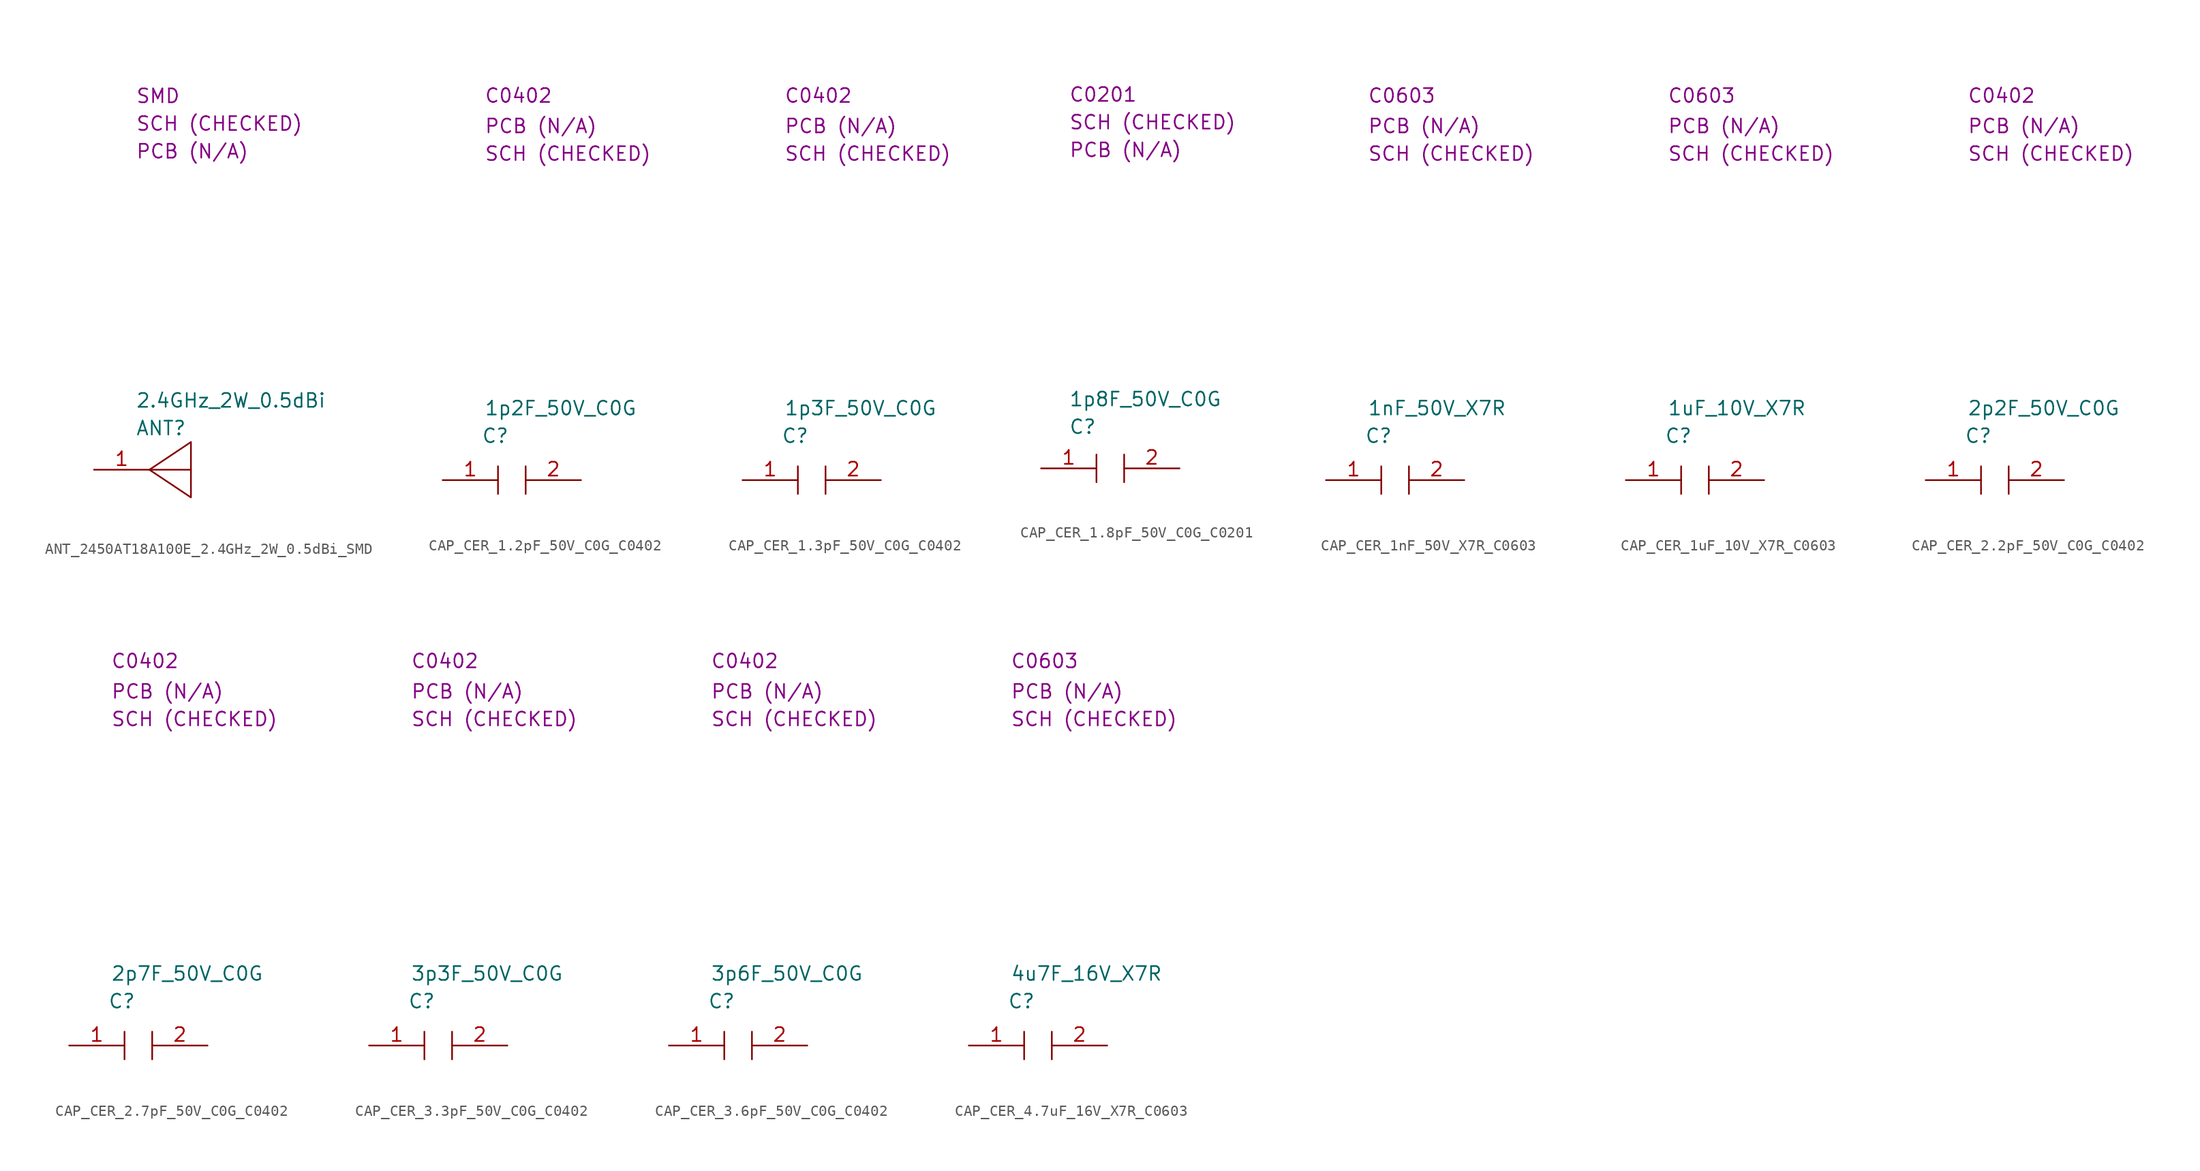
<source format=kicad_sym>
(kicad_symbol_lib
  (version 20231120)
  (generator "kicad_symbol_editor")
  (generator_version "8.0")
  (symbol "ANT_2450AT18A100E_2.4GHz_2W_0.5dBi_SMD"
    (property "Reference" "ANT"
      (at 3.81 3.81 0)
      (effects (font (size 1.27 1.27)) (justify left)))
    (property "Value" "2.4GHz_2W_0.5dBi"
      (at 3.81 6.35 0)
      (effects (font (size 1.27 1.27)) (justify left)))
    (property "SCH CHECK" "SCH (CHECKED)"
      (at 3.81 31.75 0)
      (effects (font (size 1.27 1.27)) (justify left)))
    (property "Package" "SMD"
      (at 3.81 34.29 0)
      (effects (font (size 1.27 1.27)) (justify left)))
    (property "PCB CHECk" "PCB (N/A)"
      (at 3.81 29.21 0)
      (effects (font (size 1.27 1.27)) (justify left)))
    (symbol "ANT_2450AT18A100E_2.4GHz_2W_0.5dBi_SMD_0_1"
      (polyline (pts (xy 5.08 0) (xy 8.89 0)) (stroke (width 0) (type default)) (fill (type none)))
      (polyline (pts (xy 5.08 0) (xy 8.89 2.54) (xy 8.89 -2.54) (xy 5.08 0)) (stroke (width 0) (type default)) (fill (type none))))
    (symbol "ANT_2450AT18A100E_2.4GHz_2W_0.5dBi_SMD_1_1"
      (pin passive line (at 0 0 0) (length 5.08) (name "" (effects (font (size 1.27 1.27)))) (number "1" (effects (font (size 1.27 1.27)))))))
  (symbol "CAP_CER_1.2pF_50V_C0G_C0402"
    (property "Reference" "C"
      (at 3.556 4.064 0)
      (effects (font (size 1.27 1.27)) (justify left)))
    (property "Value" "1p2F_50V_C0G"
      (at 3.81 6.604 0)
      (effects (font (size 1.27 1.27)) (justify left)))
    (property "Package" "C0402"
      (at 3.81 35.306 0)
      (effects (font (size 1.27 1.27)) (justify left)))
    (property "SCH CHECK" "SCH (CHECKED)"
      (at 3.81 29.972 0)
      (effects (font (size 1.27 1.27)) (justify left)))
    (property "PCB CHECK" "PCB (N/A)"
      (at 3.81 32.512 0)
      (effects (font (size 1.27 1.27)) (justify left)))
    (symbol "CAP_CER_1.2pF_50V_C0G_C0402_0_0"
      (polyline (pts (xy 5.08 1.27) (xy 5.08 -1.27)) (stroke (width 0) (type default)) (fill (type none)))
      (polyline (pts (xy 7.62 1.27) (xy 7.62 -1.27)) (stroke (width 0) (type default)) (fill (type none))))
    (symbol "CAP_CER_1.2pF_50V_C0G_C0402_1_1"
      (pin passive line (at 0 0 0) (length 5.08) (name "" (effects (font (size 1.27 1.27)))) (number "1" (effects (font (size 1.27 1.27)))))
      (pin passive line (at 12.7 0 180) (length 5.08) (name "" (effects (font (size 1.27 1.27)))) (number "2" (effects (font (size 1.27 1.27)))))))
  (symbol "CAP_CER_1.3pF_50V_C0G_C0402"
    (property "Reference" "C"
      (at 3.556 4.064 0)
      (effects (font (size 1.27 1.27)) (justify left)))
    (property "Value" "1p3F_50V_C0G"
      (at 3.81 6.604 0)
      (effects (font (size 1.27 1.27)) (justify left)))
    (property "Package" "C0402"
      (at 3.81 35.306 0)
      (effects (font (size 1.27 1.27)) (justify left)))
    (property "SCH CHECK" "SCH (CHECKED)"
      (at 3.81 29.972 0)
      (effects (font (size 1.27 1.27)) (justify left)))
    (property "PCB CHECK" "PCB (N/A)"
      (at 3.81 32.512 0)
      (effects (font (size 1.27 1.27)) (justify left)))
    (symbol "CAP_CER_1.3pF_50V_C0G_C0402_0_0"
      (polyline (pts (xy 5.08 1.27) (xy 5.08 -1.27)) (stroke (width 0) (type default)) (fill (type none)))
      (polyline (pts (xy 7.62 1.27) (xy 7.62 -1.27)) (stroke (width 0) (type default)) (fill (type none))))
    (symbol "CAP_CER_1.3pF_50V_C0G_C0402_1_1"
      (pin passive line (at 0 0 0) (length 5.08) (name "" (effects (font (size 1.27 1.27)))) (number "1" (effects (font (size 1.27 1.27)))))
      (pin passive line (at 12.7 0 180) (length 5.08) (name "" (effects (font (size 1.27 1.27)))) (number "2" (effects (font (size 1.27 1.27)))))))
  (symbol "CAP_CER_1.8pF_50V_C0G_C0201"
    (property "Reference" "C"
      (at 2.54 3.81 0)
      (effects (font (size 1.27 1.27)) (justify left)))
    (property "Value" "1p8F_50V_C0G"
      (at 2.54 6.35 0)
      (effects (font (size 1.27 1.27)) (justify left)))
    (property "SCH CHECK" "SCH (CHECKED)"
      (at 2.54 31.75 0)
      (effects (font (size 1.27 1.27)) (justify left)))
    (property "Package" "C0201"
      (at 2.54 34.29 0)
      (effects (font (size 1.27 1.27)) (justify left)))
    (property "PCB CHECk" "PCB (N/A)"
      (at 2.54 29.21 0)
      (effects (font (size 1.27 1.27)) (justify left)))
    (symbol "CAP_CER_1.8pF_50V_C0G_C0201_0_0"
      (polyline (pts (xy 5.08 1.27) (xy 5.08 -1.27)) (stroke (width 0) (type default)) (fill (type none)))
      (polyline (pts (xy 7.62 1.27) (xy 7.62 -1.27)) (stroke (width 0) (type default)) (fill (type none))))
    (symbol "CAP_CER_1.8pF_50V_C0G_C0201_1_1"
      (pin passive line (at 0 0 0) (length 5.08) (name "" (effects (font (size 1.27 1.27)))) (number "1" (effects (font (size 1.27 1.27)))))
      (pin passive line (at 12.7 0 180) (length 5.08) (name "" (effects (font (size 1.27 1.27)))) (number "2" (effects (font (size 1.27 1.27)))))))
  (symbol "CAP_CER_1nF_50V_X7R_C0603"
    (property "Reference" "C"
      (at 3.556 4.064 0)
      (effects (font (size 1.27 1.27)) (justify left)))
    (property "Value" "1nF_50V_X7R"
      (at 3.81 6.604 0)
      (effects (font (size 1.27 1.27)) (justify left)))
    (property "Package" "C0603"
      (at 3.81 35.306 0)
      (effects (font (size 1.27 1.27)) (justify left)))
    (property "SCH CHECK" "SCH (CHECKED)"
      (at 3.81 29.972 0)
      (effects (font (size 1.27 1.27)) (justify left)))
    (property "PCB CHECK" "PCB (N/A)"
      (at 3.81 32.512 0)
      (effects (font (size 1.27 1.27)) (justify left)))
    (symbol "CAP_CER_1nF_50V_X7R_C0603_0_0"
      (polyline (pts (xy 5.08 1.27) (xy 5.08 -1.27)) (stroke (width 0) (type default)) (fill (type none)))
      (polyline (pts (xy 7.62 1.27) (xy 7.62 -1.27)) (stroke (width 0) (type default)) (fill (type none))))
    (symbol "CAP_CER_1nF_50V_X7R_C0603_1_1"
      (pin passive line (at 0 0 0) (length 5.08) (name "" (effects (font (size 1.27 1.27)))) (number "1" (effects (font (size 1.27 1.27)))))
      (pin passive line (at 12.7 0 180) (length 5.08) (name "" (effects (font (size 1.27 1.27)))) (number "2" (effects (font (size 1.27 1.27)))))))
  (symbol "CAP_CER_1uF_10V_X7R_C0603"
    (property "Reference" "C"
      (at 3.556 4.064 0)
      (effects (font (size 1.27 1.27)) (justify left)))
    (property "Value" "1uF_10V_X7R"
      (at 3.81 6.604 0)
      (effects (font (size 1.27 1.27)) (justify left)))
    (property "Package" "C0603"
      (at 3.81 35.306 0)
      (effects (font (size 1.27 1.27)) (justify left)))
    (property "SCH CHECK" "SCH (CHECKED)"
      (at 3.81 29.972 0)
      (effects (font (size 1.27 1.27)) (justify left)))
    (property "PCB CHECK" "PCB (N/A)"
      (at 3.81 32.512 0)
      (effects (font (size 1.27 1.27)) (justify left)))
    (symbol "CAP_CER_1uF_10V_X7R_C0603_0_0"
      (polyline (pts (xy 5.08 1.27) (xy 5.08 -1.27)) (stroke (width 0) (type default)) (fill (type none)))
      (polyline (pts (xy 7.62 1.27) (xy 7.62 -1.27)) (stroke (width 0) (type default)) (fill (type none))))
    (symbol "CAP_CER_1uF_10V_X7R_C0603_1_1"
      (pin passive line (at 0 0 0) (length 5.08) (name "" (effects (font (size 1.27 1.27)))) (number "1" (effects (font (size 1.27 1.27)))))
      (pin passive line (at 12.7 0 180) (length 5.08) (name "" (effects (font (size 1.27 1.27)))) (number "2" (effects (font (size 1.27 1.27)))))))
  (symbol "CAP_CER_2.2pF_50V_C0G_C0402"
    (property "Reference" "C"
      (at 3.556 4.064 0)
      (effects (font (size 1.27 1.27)) (justify left)))
    (property "Value" "2p2F_50V_C0G"
      (at 3.81 6.604 0)
      (effects (font (size 1.27 1.27)) (justify left)))
    (property "Package" "C0402"
      (at 3.81 35.306 0)
      (effects (font (size 1.27 1.27)) (justify left)))
    (property "SCH CHECK" "SCH (CHECKED)"
      (at 3.81 29.972 0)
      (effects (font (size 1.27 1.27)) (justify left)))
    (property "PCB CHECK" "PCB (N/A)"
      (at 3.81 32.512 0)
      (effects (font (size 1.27 1.27)) (justify left)))
    (symbol "CAP_CER_2.2pF_50V_C0G_C0402_0_0"
      (polyline (pts (xy 5.08 1.27) (xy 5.08 -1.27)) (stroke (width 0) (type default)) (fill (type none)))
      (polyline (pts (xy 7.62 1.27) (xy 7.62 -1.27)) (stroke (width 0) (type default)) (fill (type none))))
    (symbol "CAP_CER_2.2pF_50V_C0G_C0402_1_1"
      (pin passive line (at 0 0 0) (length 5.08) (name "" (effects (font (size 1.27 1.27)))) (number "1" (effects (font (size 1.27 1.27)))))
      (pin passive line (at 12.7 0 180) (length 5.08) (name "" (effects (font (size 1.27 1.27)))) (number "2" (effects (font (size 1.27 1.27)))))))
  (symbol "CAP_CER_2.7pF_50V_C0G_C0402"
    (property "Reference" "C"
      (at 3.556 4.064 0)
      (effects (font (size 1.27 1.27)) (justify left)))
    (property "Value" "2p7F_50V_C0G"
      (at 3.81 6.604 0)
      (effects (font (size 1.27 1.27)) (justify left)))
    (property "Package" "C0402"
      (at 3.81 35.306 0)
      (effects (font (size 1.27 1.27)) (justify left)))
    (property "SCH CHECK" "SCH (CHECKED)"
      (at 3.81 29.972 0)
      (effects (font (size 1.27 1.27)) (justify left)))
    (property "PCB CHECK" "PCB (N/A)"
      (at 3.81 32.512 0)
      (effects (font (size 1.27 1.27)) (justify left)))
    (symbol "CAP_CER_2.7pF_50V_C0G_C0402_0_0"
      (polyline (pts (xy 5.08 1.27) (xy 5.08 -1.27)) (stroke (width 0) (type default)) (fill (type none)))
      (polyline (pts (xy 7.62 1.27) (xy 7.62 -1.27)) (stroke (width 0) (type default)) (fill (type none))))
    (symbol "CAP_CER_2.7pF_50V_C0G_C0402_1_1"
      (pin passive line (at 0 0 0) (length 5.08) (name "" (effects (font (size 1.27 1.27)))) (number "1" (effects (font (size 1.27 1.27)))))
      (pin passive line (at 12.7 0 180) (length 5.08) (name "" (effects (font (size 1.27 1.27)))) (number "2" (effects (font (size 1.27 1.27)))))))
  (symbol "CAP_CER_3.3pF_50V_C0G_C0402"
    (property "Reference" "C"
      (at 3.556 4.064 0)
      (effects (font (size 1.27 1.27)) (justify left)))
    (property "Value" "3p3F_50V_C0G"
      (at 3.81 6.604 0)
      (effects (font (size 1.27 1.27)) (justify left)))
    (property "Package" "C0402"
      (at 3.81 35.306 0)
      (effects (font (size 1.27 1.27)) (justify left)))
    (property "SCH CHECK" "SCH (CHECKED)"
      (at 3.81 29.972 0)
      (effects (font (size 1.27 1.27)) (justify left)))
    (property "PCB CHECK" "PCB (N/A)"
      (at 3.81 32.512 0)
      (effects (font (size 1.27 1.27)) (justify left)))
    (symbol "CAP_CER_3.3pF_50V_C0G_C0402_0_0"
      (polyline (pts (xy 5.08 1.27) (xy 5.08 -1.27)) (stroke (width 0) (type default)) (fill (type none)))
      (polyline (pts (xy 7.62 1.27) (xy 7.62 -1.27)) (stroke (width 0) (type default)) (fill (type none))))
    (symbol "CAP_CER_3.3pF_50V_C0G_C0402_1_1"
      (pin passive line (at 0 0 0) (length 5.08) (name "" (effects (font (size 1.27 1.27)))) (number "1" (effects (font (size 1.27 1.27)))))
      (pin passive line (at 12.7 0 180) (length 5.08) (name "" (effects (font (size 1.27 1.27)))) (number "2" (effects (font (size 1.27 1.27)))))))
  (symbol "CAP_CER_3.6pF_50V_C0G_C0402"
    (property "Reference" "C"
      (at 3.556 4.064 0)
      (effects (font (size 1.27 1.27)) (justify left)))
    (property "Value" "3p6F_50V_C0G"
      (at 3.81 6.604 0)
      (effects (font (size 1.27 1.27)) (justify left)))
    (property "Package" "C0402"
      (at 3.81 35.306 0)
      (effects (font (size 1.27 1.27)) (justify left)))
    (property "SCH CHECK" "SCH (CHECKED)"
      (at 3.81 29.972 0)
      (effects (font (size 1.27 1.27)) (justify left)))
    (property "PCB CHECK" "PCB (N/A)"
      (at 3.81 32.512 0)
      (effects (font (size 1.27 1.27)) (justify left)))
    (symbol "CAP_CER_3.6pF_50V_C0G_C0402_0_0"
      (polyline (pts (xy 5.08 1.27) (xy 5.08 -1.27)) (stroke (width 0) (type default)) (fill (type none)))
      (polyline (pts (xy 7.62 1.27) (xy 7.62 -1.27)) (stroke (width 0) (type default)) (fill (type none))))
    (symbol "CAP_CER_3.6pF_50V_C0G_C0402_1_1"
      (pin passive line (at 0 0 0) (length 5.08) (name "" (effects (font (size 1.27 1.27)))) (number "1" (effects (font (size 1.27 1.27)))))
      (pin passive line (at 12.7 0 180) (length 5.08) (name "" (effects (font (size 1.27 1.27)))) (number "2" (effects (font (size 1.27 1.27)))))))
  (symbol "CAP_CER_4.7uF_16V_X7R_C0603"
    (property "Reference" "C"
      (at 3.556 4.064 0)
      (effects (font (size 1.27 1.27)) (justify left)))
    (property "Value" "4u7F_16V_X7R"
      (at 3.81 6.604 0)
      (effects (font (size 1.27 1.27)) (justify left)))
    (property "Package" "C0603"
      (at 3.81 35.306 0)
      (effects (font (size 1.27 1.27)) (justify left)))
    (property "SCH CHECK" "SCH (CHECKED)"
      (at 3.81 29.972 0)
      (effects (font (size 1.27 1.27)) (justify left)))
    (property "PCB CHECK" "PCB (N/A)"
      (at 3.81 32.512 0)
      (effects (font (size 1.27 1.27)) (justify left)))
    (symbol "CAP_CER_4.7uF_16V_X7R_C0603_0_0"
      (polyline (pts (xy 5.08 1.27) (xy 5.08 -1.27)) (stroke (width 0) (type default)) (fill (type none)))
      (polyline (pts (xy 7.62 1.27) (xy 7.62 -1.27)) (stroke (width 0) (type default)) (fill (type none))))
    (symbol "CAP_CER_4.7uF_16V_X7R_C0603_1_1"
      (pin passive line (at 0 0 0) (length 5.08) (name "" (effects (font (size 1.27 1.27)))) (number "1" (effects (font (size 1.27 1.27)))))
      (pin passive line (at 12.7 0 180) (length 5.08) (name "" (effects (font (size 1.27 1.27)))) (number "2" (effects (font (size 1.27 1.27))))))))
</source>
